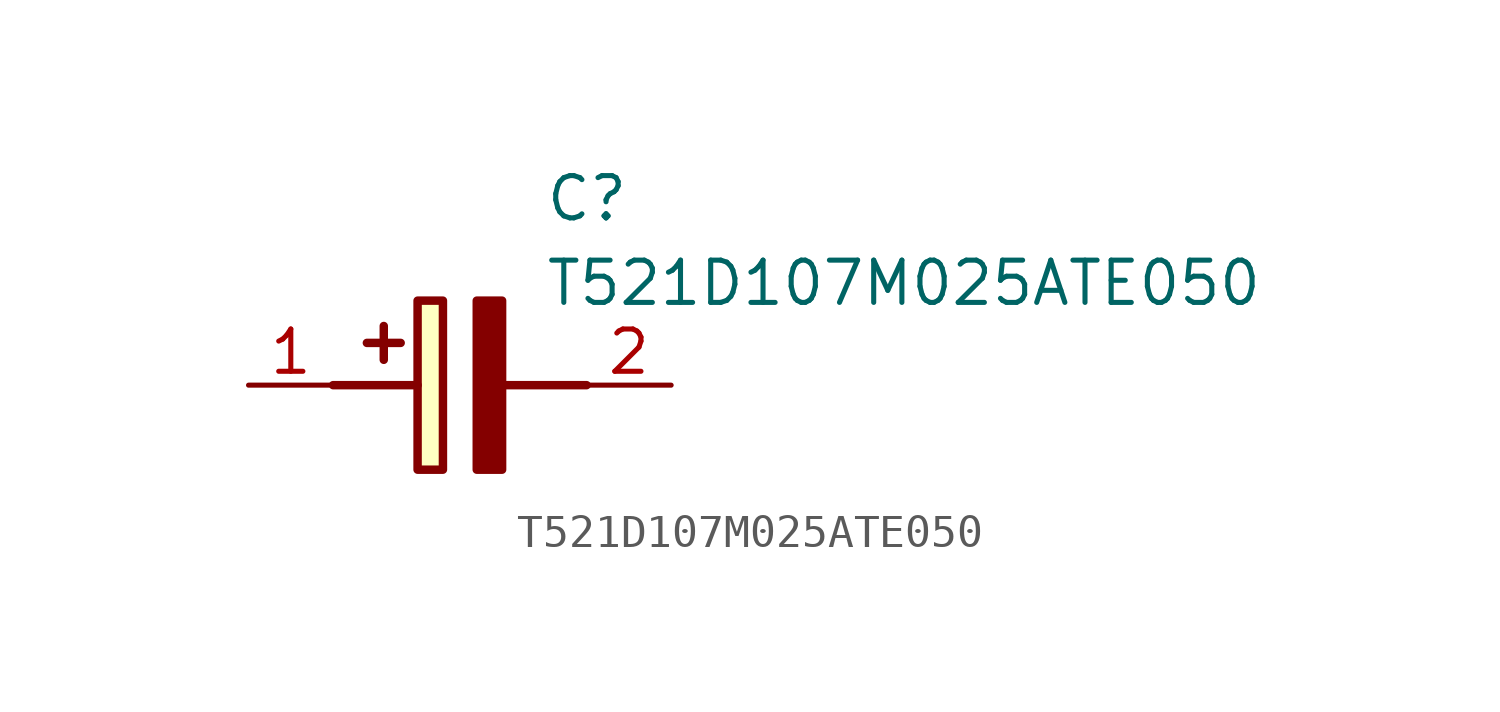
<source format=kicad_sym>
(kicad_symbol_lib
  (version 20211014)
  (generator SamacSys_ECAD_Model)
  (symbol "T521D107M025ATE050"
    (pin_names hide)
    (property "Reference" "C"
      (at 8.89 6.35 0)
      (effects (font (size 1.27 1.27)) (justify left top)))
    (property "Value" "T521D107M025ATE050"
      (at 8.89 3.81 0)
      (effects (font (size 1.27 1.27)) (justify left top)))
    (rectangle
      (start 5.08 2.54)
      (end 5.842 -2.54)
      (stroke (width 0.254) (type default))
      (fill (type background)))
    (polyline
      (pts (xy 4.572 1.27) (xy 3.556 1.27))
      (stroke (width 0.254) (type default))
      (fill (type none)))
    (polyline
      (pts (xy 4.064 1.778) (xy 4.064 0.762))
      (stroke (width 0.254) (type default))
      (fill (type none)))
    (polyline
      (pts (xy 2.54 0) (xy 5.08 0))
      (stroke (width 0.254) (type default))
      (fill (type none)))
    (polyline
      (pts (xy 7.62 0) (xy 10.16 0))
      (stroke (width 0.254) (type default))
      (fill (type none)))
    (polyline
      (pts (xy 7.62 2.54) (xy 7.62 -2.54) (xy 6.858 -2.54) (xy 6.858 2.54) (xy 7.62 2.54))
      (stroke (width 0.254) (type default))
      (fill (type outline)))
    (pin passive line
      (at 0 0 0)
      (length 2.54)
      (name "+" (effects (font (size 1.27 1.27))))
      (number "1" (effects (font (size 1.27 1.27)))))
    (pin passive line
      (at 12.7 0 180)
      (length 2.54)
      (name "-" (effects (font (size 1.27 1.27))))
      (number "2" (effects (font (size 1.27 1.27)))))))
</source>
